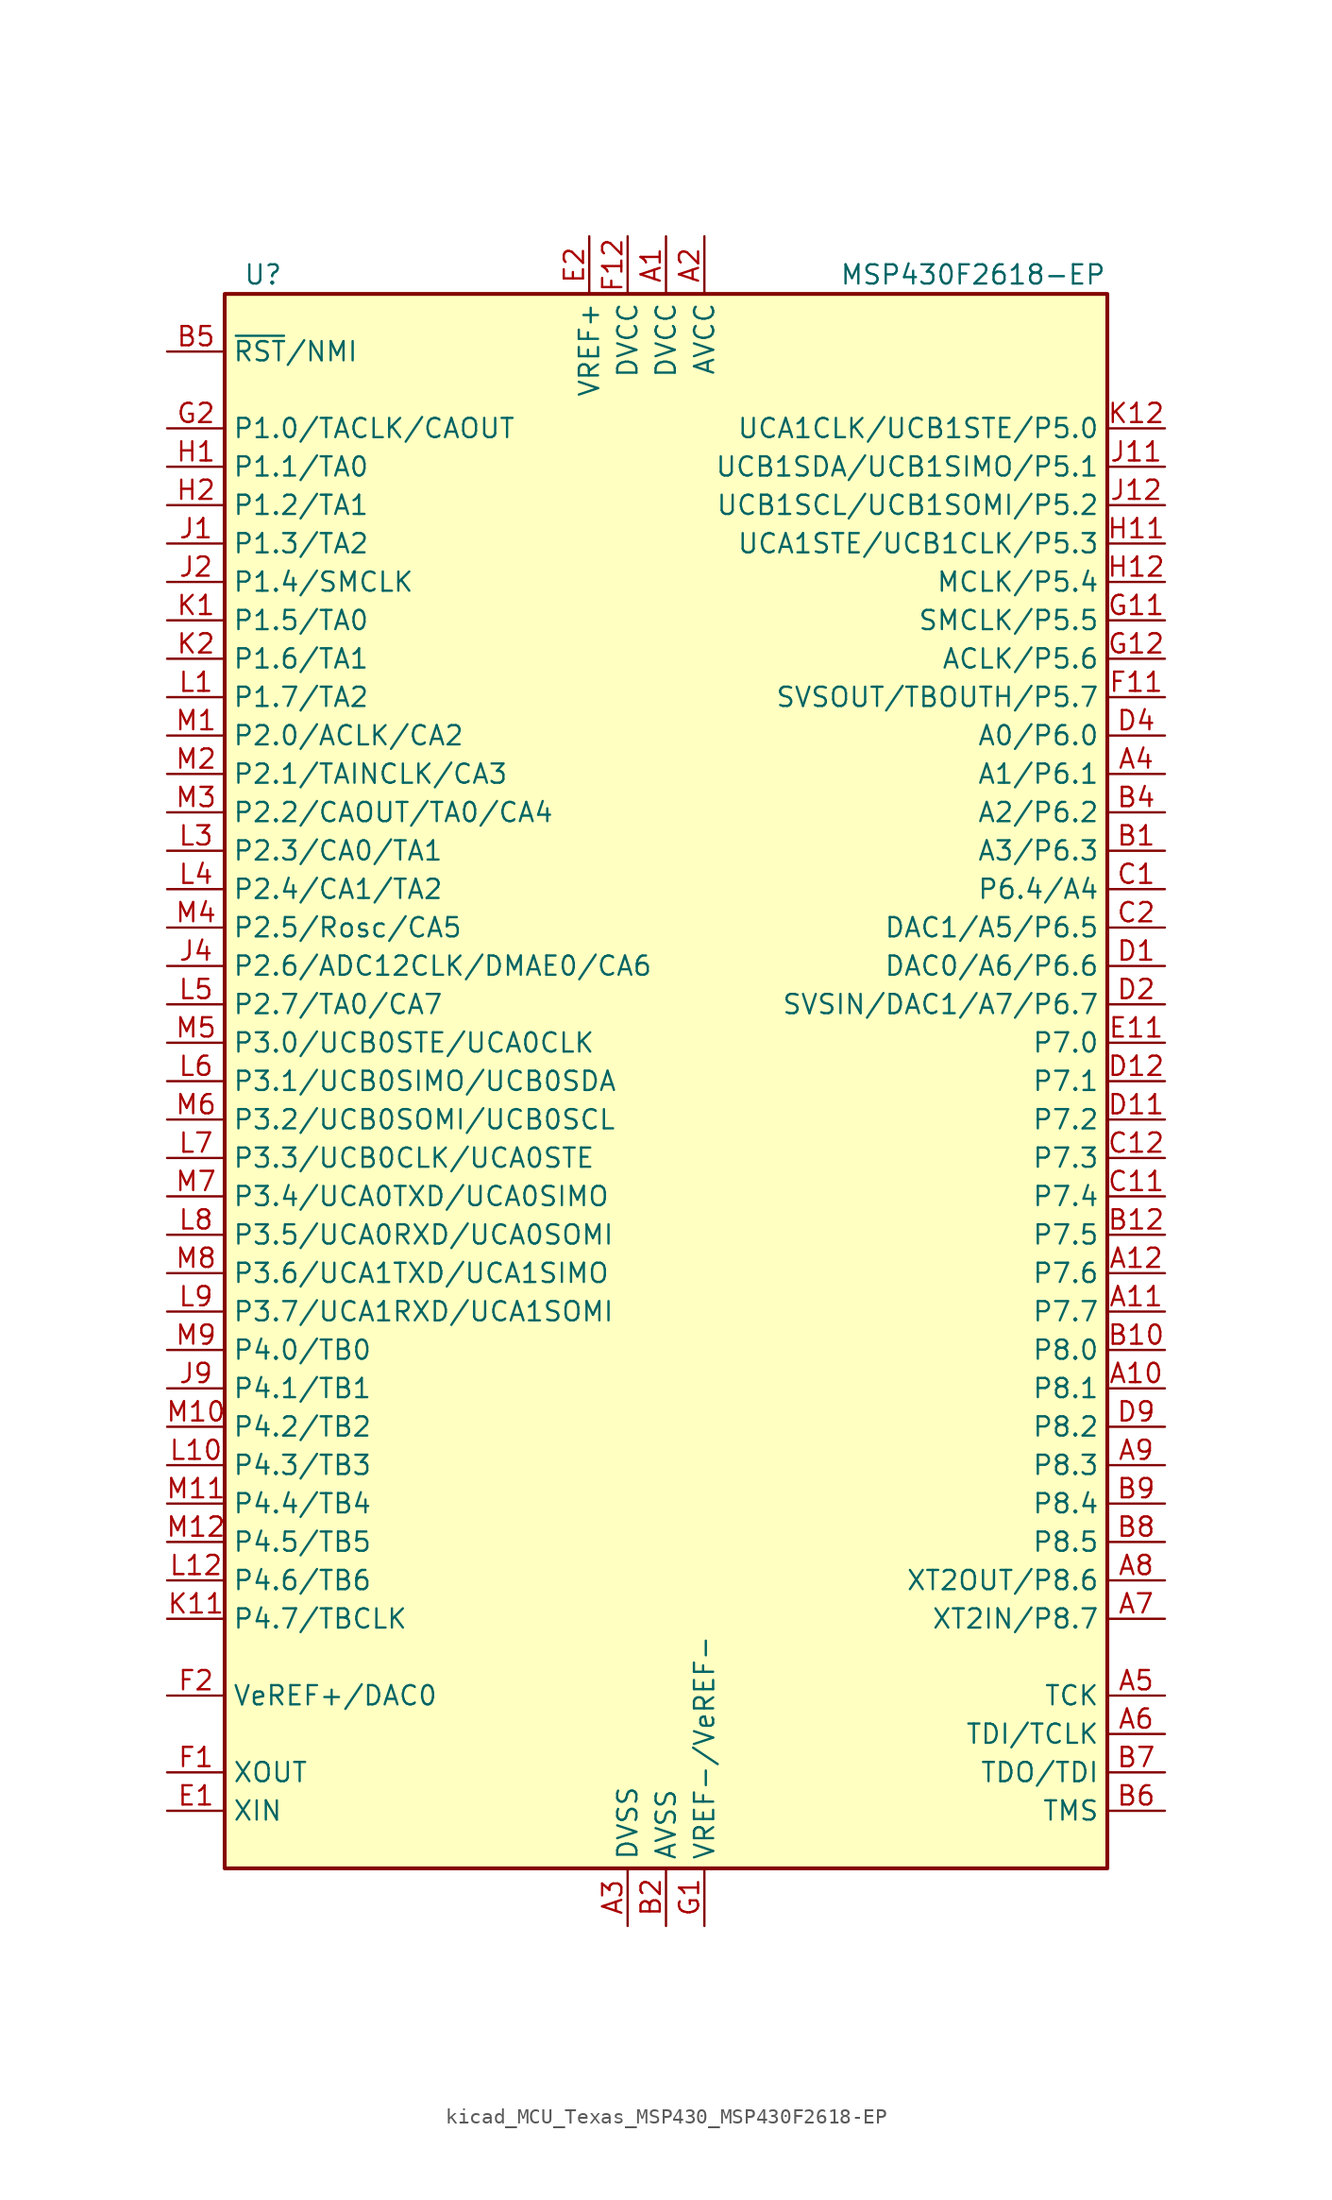
<source format=kicad_sym>
(kicad_symbol_lib
  (version 20220914)
  (generator kicad_symbol_editor)
  (symbol "kicad_MCU_Texas_MSP430_MSP430F2618-EP"
    (property "Reference" "U"
      (at -26.67 53.34 0)
      (effects (font (size 1.27 1.27))))
    (property "Value" "MSP430F2618-EP"
      (at 20.32 53.34 0)
      (effects (font (size 1.27 1.27))))
    (symbol "kicad_MCU_Texas_MSP430_MSP430F2618-EP_0_1"
      (rectangle (start -29.21 52.07) (end 29.21 -52.07) (stroke (width 0.254) (type default)) (fill (type background))))
    (symbol "kicad_MCU_Texas_MSP430_MSP430F2618-EP_1_1"
      (pin power_in line (at 0 55.88 270) (length 3.81) (name "DVCC" (effects (font (size 1.27 1.27)))) (number "A1" (effects (font (size 1.27 1.27)))))
      (pin bidirectional line (at 33.02 -20.32 180) (length 3.81) (name "P8.1" (effects (font (size 1.27 1.27)))) (number "A10" (effects (font (size 1.27 1.27)))))
      (pin bidirectional line (at 33.02 -15.24 180) (length 3.81) (name "P7.7" (effects (font (size 1.27 1.27)))) (number "A11" (effects (font (size 1.27 1.27)))))
      (pin bidirectional line (at 33.02 -12.7 180) (length 3.81) (name "P7.6" (effects (font (size 1.27 1.27)))) (number "A12" (effects (font (size 1.27 1.27)))))
      (pin power_in line (at 2.54 55.88 270) (length 3.81) (name "AVCC" (effects (font (size 1.27 1.27)))) (number "A2" (effects (font (size 1.27 1.27)))))
      (pin power_in line (at -2.54 -55.88 90) (length 3.81) (name "DVSS" (effects (font (size 1.27 1.27)))) (number "A3" (effects (font (size 1.27 1.27)))))
      (pin bidirectional line (at 33.02 20.32 180) (length 3.81) (name "A1/P6.1" (effects (font (size 1.27 1.27)))) (number "A4" (effects (font (size 1.27 1.27)))))
      (pin input line (at 33.02 -40.64 180) (length 3.81) (name "TCK" (effects (font (size 1.27 1.27)))) (number "A5" (effects (font (size 1.27 1.27)))))
      (pin input line (at 33.02 -43.18 180) (length 3.81) (name "TDI/TCLK" (effects (font (size 1.27 1.27)))) (number "A6" (effects (font (size 1.27 1.27)))))
      (pin bidirectional line (at 33.02 -35.56 180) (length 3.81) (name "XT2IN/P8.7" (effects (font (size 1.27 1.27)))) (number "A7" (effects (font (size 1.27 1.27)))))
      (pin bidirectional line (at 33.02 -33.02 180) (length 3.81) (name "XT2OUT/P8.6" (effects (font (size 1.27 1.27)))) (number "A8" (effects (font (size 1.27 1.27)))))
      (pin bidirectional line (at 33.02 -25.4 180) (length 3.81) (name "P8.3" (effects (font (size 1.27 1.27)))) (number "A9" (effects (font (size 1.27 1.27)))))
      (pin bidirectional line (at 33.02 15.24 180) (length 3.81) (name "A3/P6.3" (effects (font (size 1.27 1.27)))) (number "B1" (effects (font (size 1.27 1.27)))))
      (pin bidirectional line (at 33.02 -17.78 180) (length 3.81) (name "P8.0" (effects (font (size 1.27 1.27)))) (number "B10" (effects (font (size 1.27 1.27)))))
      (pin passive line (at -2.54 -55.88 90) (length 3.81) hide (name "DVSS" (effects (font (size 1.27 1.27)))) (number "B11" (effects (font (size 1.27 1.27)))))
      (pin bidirectional line (at 33.02 -10.16 180) (length 3.81) (name "P7.5" (effects (font (size 1.27 1.27)))) (number "B12" (effects (font (size 1.27 1.27)))))
      (pin power_in line (at 0 -55.88 90) (length 3.81) (name "AVSS" (effects (font (size 1.27 1.27)))) (number "B2" (effects (font (size 1.27 1.27)))))
      (pin passive line (at 0 -55.88 90) (length 3.81) hide (name "AVSS" (effects (font (size 1.27 1.27)))) (number "B3" (effects (font (size 1.27 1.27)))))
      (pin bidirectional line (at 33.02 17.78 180) (length 3.81) (name "A2/P6.2" (effects (font (size 1.27 1.27)))) (number "B4" (effects (font (size 1.27 1.27)))))
      (pin input line (at -33.02 48.26 0) (length 3.81) (name "~{RST}/NMI" (effects (font (size 1.27 1.27)))) (number "B5" (effects (font (size 1.27 1.27)))))
      (pin input line (at 33.02 -48.26 180) (length 3.81) (name "TMS" (effects (font (size 1.27 1.27)))) (number "B6" (effects (font (size 1.27 1.27)))))
      (pin bidirectional line (at 33.02 -45.72 180) (length 3.81) (name "TDO/TDI" (effects (font (size 1.27 1.27)))) (number "B7" (effects (font (size 1.27 1.27)))))
      (pin bidirectional line (at 33.02 -30.48 180) (length 3.81) (name "P8.5" (effects (font (size 1.27 1.27)))) (number "B8" (effects (font (size 1.27 1.27)))))
      (pin bidirectional line (at 33.02 -27.94 180) (length 3.81) (name "P8.4" (effects (font (size 1.27 1.27)))) (number "B9" (effects (font (size 1.27 1.27)))))
      (pin bidirectional line (at 33.02 12.7 180) (length 3.81) (name "P6.4/A4" (effects (font (size 1.27 1.27)))) (number "C1" (effects (font (size 1.27 1.27)))))
      (pin bidirectional line (at 33.02 -7.62 180) (length 3.81) (name "P7.4" (effects (font (size 1.27 1.27)))) (number "C11" (effects (font (size 1.27 1.27)))))
      (pin bidirectional line (at 33.02 -5.08 180) (length 3.81) (name "P7.3" (effects (font (size 1.27 1.27)))) (number "C12" (effects (font (size 1.27 1.27)))))
      (pin bidirectional line (at 33.02 10.16 180) (length 3.81) (name "DAC1/A5/P6.5" (effects (font (size 1.27 1.27)))) (number "C2" (effects (font (size 1.27 1.27)))))
      (pin bidirectional line (at 33.02 10.16 180) (length 3.81) hide (name "DAC1/A5/P6.5" (effects (font (size 1.27 1.27)))) (number "C3" (effects (font (size 1.27 1.27)))))
      (pin bidirectional line (at 33.02 7.62 180) (length 3.81) (name "DAC0/A6/P6.6" (effects (font (size 1.27 1.27)))) (number "D1" (effects (font (size 1.27 1.27)))))
      (pin bidirectional line (at 33.02 -2.54 180) (length 3.81) (name "P7.2" (effects (font (size 1.27 1.27)))) (number "D11" (effects (font (size 1.27 1.27)))))
      (pin bidirectional line (at 33.02 0 180) (length 3.81) (name "P7.1" (effects (font (size 1.27 1.27)))) (number "D12" (effects (font (size 1.27 1.27)))))
      (pin bidirectional line (at 33.02 5.08 180) (length 3.81) (name "SVSIN/DAC1/A7/P6.7" (effects (font (size 1.27 1.27)))) (number "D2" (effects (font (size 1.27 1.27)))))
      (pin bidirectional line (at 33.02 22.86 180) (length 3.81) (name "A0/P6.0" (effects (font (size 1.27 1.27)))) (number "D4" (effects (font (size 1.27 1.27)))))
      (pin passive line (at -2.54 -55.88 90) (length 3.81) hide (name "DVSS" (effects (font (size 1.27 1.27)))) (number "D5" (effects (font (size 1.27 1.27)))))
      (pin passive line (at -2.54 -55.88 90) (length 3.81) hide (name "DVSS" (effects (font (size 1.27 1.27)))) (number "D6" (effects (font (size 1.27 1.27)))))
      (pin passive line (at -2.54 -55.88 90) (length 3.81) hide (name "DVSS" (effects (font (size 1.27 1.27)))) (number "D7" (effects (font (size 1.27 1.27)))))
      (pin passive line (at -2.54 -55.88 90) (length 3.81) hide (name "DVSS" (effects (font (size 1.27 1.27)))) (number "D8" (effects (font (size 1.27 1.27)))))
      (pin bidirectional line (at 33.02 -22.86 180) (length 3.81) (name "P8.2" (effects (font (size 1.27 1.27)))) (number "D9" (effects (font (size 1.27 1.27)))))
      (pin input line (at -33.02 -48.26 0) (length 3.81) (name "XIN" (effects (font (size 1.27 1.27)))) (number "E1" (effects (font (size 1.27 1.27)))))
      (pin power_in line (at 33.02 2.54 180) (length 3.81) (name "P7.0" (effects (font (size 1.27 1.27)))) (number "E11" (effects (font (size 1.27 1.27)))))
      (pin passive line (at -2.54 -55.88 90) (length 3.81) hide (name "DVSS" (effects (font (size 1.27 1.27)))) (number "E12" (effects (font (size 1.27 1.27)))))
      (pin power_in line (at -5.08 55.88 270) (length 3.81) (name "VREF+" (effects (font (size 1.27 1.27)))) (number "E2" (effects (font (size 1.27 1.27)))))
      (pin passive line (at -2.54 -55.88 90) (length 3.81) hide (name "DVSS" (effects (font (size 1.27 1.27)))) (number "E4" (effects (font (size 1.27 1.27)))))
      (pin passive line (at -2.54 -55.88 90) (length 3.81) hide (name "DVSS" (effects (font (size 1.27 1.27)))) (number "E5" (effects (font (size 1.27 1.27)))))
      (pin passive line (at -2.54 -55.88 90) (length 3.81) hide (name "DVSS" (effects (font (size 1.27 1.27)))) (number "E6" (effects (font (size 1.27 1.27)))))
      (pin passive line (at -2.54 -55.88 90) (length 3.81) hide (name "DVSS" (effects (font (size 1.27 1.27)))) (number "E7" (effects (font (size 1.27 1.27)))))
      (pin passive line (at -2.54 -55.88 90) (length 3.81) hide (name "DVSS" (effects (font (size 1.27 1.27)))) (number "E8" (effects (font (size 1.27 1.27)))))
      (pin passive line (at -2.54 -55.88 90) (length 3.81) hide (name "DVSS" (effects (font (size 1.27 1.27)))) (number "E9" (effects (font (size 1.27 1.27)))))
      (pin output line (at -33.02 -45.72 0) (length 3.81) (name "XOUT" (effects (font (size 1.27 1.27)))) (number "F1" (effects (font (size 1.27 1.27)))))
      (pin bidirectional line (at 33.02 25.4 180) (length 3.81) (name "SVSOUT/TBOUTH/P5.7" (effects (font (size 1.27 1.27)))) (number "F11" (effects (font (size 1.27 1.27)))))
      (pin power_in line (at -2.54 55.88 270) (length 3.81) (name "DVCC" (effects (font (size 1.27 1.27)))) (number "F12" (effects (font (size 1.27 1.27)))))
      (pin bidirectional line (at -33.02 -40.64 0) (length 3.81) (name "VeREF+/DAC0" (effects (font (size 1.27 1.27)))) (number "F2" (effects (font (size 1.27 1.27)))))
      (pin passive line (at -2.54 -55.88 90) (length 3.81) hide (name "DVSS" (effects (font (size 1.27 1.27)))) (number "F4" (effects (font (size 1.27 1.27)))))
      (pin passive line (at -2.54 -55.88 90) (length 3.81) hide (name "DVSS" (effects (font (size 1.27 1.27)))) (number "F5" (effects (font (size 1.27 1.27)))))
      (pin passive line (at -2.54 -55.88 90) (length 3.81) hide (name "DVSS" (effects (font (size 1.27 1.27)))) (number "F8" (effects (font (size 1.27 1.27)))))
      (pin passive line (at -2.54 -55.88 90) (length 3.81) hide (name "DVSS" (effects (font (size 1.27 1.27)))) (number "F9" (effects (font (size 1.27 1.27)))))
      (pin bidirectional line (at 2.54 -55.88 90) (length 3.81) (name "VREF-/VeREF-" (effects (font (size 1.27 1.27)))) (number "G1" (effects (font (size 1.27 1.27)))))
      (pin bidirectional line (at 33.02 30.48 180) (length 3.81) (name "SMCLK/P5.5" (effects (font (size 1.27 1.27)))) (number "G11" (effects (font (size 1.27 1.27)))))
      (pin bidirectional line (at 33.02 27.94 180) (length 3.81) (name "ACLK/P5.6" (effects (font (size 1.27 1.27)))) (number "G12" (effects (font (size 1.27 1.27)))))
      (pin bidirectional line (at -33.02 43.18 0) (length 3.81) (name "P1.0/TACLK/CAOUT" (effects (font (size 1.27 1.27)))) (number "G2" (effects (font (size 1.27 1.27)))))
      (pin passive line (at -2.54 -55.88 90) (length 3.81) hide (name "DVSS" (effects (font (size 1.27 1.27)))) (number "G4" (effects (font (size 1.27 1.27)))))
      (pin passive line (at -2.54 -55.88 90) (length 3.81) hide (name "DVSS" (effects (font (size 1.27 1.27)))) (number "G5" (effects (font (size 1.27 1.27)))))
      (pin passive line (at -2.54 -55.88 90) (length 3.81) hide (name "DVSS" (effects (font (size 1.27 1.27)))) (number "G8" (effects (font (size 1.27 1.27)))))
      (pin passive line (at -2.54 -55.88 90) (length 3.81) hide (name "DVSS" (effects (font (size 1.27 1.27)))) (number "G9" (effects (font (size 1.27 1.27)))))
      (pin bidirectional line (at -33.02 40.64 0) (length 3.81) (name "P1.1/TA0" (effects (font (size 1.27 1.27)))) (number "H1" (effects (font (size 1.27 1.27)))))
      (pin bidirectional line (at 33.02 35.56 180) (length 3.81) (name "UCA1STE/UCB1CLK/P5.3" (effects (font (size 1.27 1.27)))) (number "H11" (effects (font (size 1.27 1.27)))))
      (pin bidirectional line (at 33.02 33.02 180) (length 3.81) (name "MCLK/P5.4" (effects (font (size 1.27 1.27)))) (number "H12" (effects (font (size 1.27 1.27)))))
      (pin bidirectional line (at -33.02 38.1 0) (length 3.81) (name "P1.2/TA1" (effects (font (size 1.27 1.27)))) (number "H2" (effects (font (size 1.27 1.27)))))
      (pin passive line (at -2.54 -55.88 90) (length 3.81) hide (name "DVSS" (effects (font (size 1.27 1.27)))) (number "H4" (effects (font (size 1.27 1.27)))))
      (pin passive line (at -2.54 -55.88 90) (length 3.81) hide (name "DVSS" (effects (font (size 1.27 1.27)))) (number "H5" (effects (font (size 1.27 1.27)))))
      (pin passive line (at -2.54 -55.88 90) (length 3.81) hide (name "DVSS" (effects (font (size 1.27 1.27)))) (number "H6" (effects (font (size 1.27 1.27)))))
      (pin passive line (at -2.54 -55.88 90) (length 3.81) hide (name "DVSS" (effects (font (size 1.27 1.27)))) (number "H7" (effects (font (size 1.27 1.27)))))
      (pin passive line (at -2.54 -55.88 90) (length 3.81) hide (name "DVSS" (effects (font (size 1.27 1.27)))) (number "H8" (effects (font (size 1.27 1.27)))))
      (pin passive line (at -2.54 -55.88 90) (length 3.81) hide (name "DVSS" (effects (font (size 1.27 1.27)))) (number "H9" (effects (font (size 1.27 1.27)))))
      (pin bidirectional line (at -33.02 35.56 0) (length 3.81) (name "P1.3/TA2" (effects (font (size 1.27 1.27)))) (number "J1" (effects (font (size 1.27 1.27)))))
      (pin bidirectional line (at 33.02 40.64 180) (length 3.81) (name "UCB1SDA/UCB1SIMO/P5.1" (effects (font (size 1.27 1.27)))) (number "J11" (effects (font (size 1.27 1.27)))))
      (pin bidirectional line (at 33.02 38.1 180) (length 3.81) (name "UCB1SCL/UCB1SOMI/P5.2" (effects (font (size 1.27 1.27)))) (number "J12" (effects (font (size 1.27 1.27)))))
      (pin bidirectional line (at -33.02 33.02 0) (length 3.81) (name "P1.4/SMCLK" (effects (font (size 1.27 1.27)))) (number "J2" (effects (font (size 1.27 1.27)))))
      (pin bidirectional line (at -33.02 7.62 0) (length 3.81) (name "P2.6/ADC12CLK/DMAE0/CA6" (effects (font (size 1.27 1.27)))) (number "J4" (effects (font (size 1.27 1.27)))))
      (pin passive line (at -2.54 -55.88 90) (length 3.81) hide (name "DVSS" (effects (font (size 1.27 1.27)))) (number "J5" (effects (font (size 1.27 1.27)))))
      (pin passive line (at -2.54 -55.88 90) (length 3.81) hide (name "DVSS" (effects (font (size 1.27 1.27)))) (number "J6" (effects (font (size 1.27 1.27)))))
      (pin passive line (at -2.54 -55.88 90) (length 3.81) hide (name "DVSS" (effects (font (size 1.27 1.27)))) (number "J7" (effects (font (size 1.27 1.27)))))
      (pin passive line (at -2.54 -55.88 90) (length 3.81) hide (name "DVSS" (effects (font (size 1.27 1.27)))) (number "J8" (effects (font (size 1.27 1.27)))))
      (pin bidirectional line (at -33.02 -20.32 0) (length 3.81) (name "P4.1/TB1" (effects (font (size 1.27 1.27)))) (number "J9" (effects (font (size 1.27 1.27)))))
      (pin bidirectional line (at -33.02 30.48 0) (length 3.81) (name "P1.5/TA0" (effects (font (size 1.27 1.27)))) (number "K1" (effects (font (size 1.27 1.27)))))
      (pin bidirectional line (at -33.02 -35.56 0) (length 3.81) (name "P4.7/TBCLK" (effects (font (size 1.27 1.27)))) (number "K11" (effects (font (size 1.27 1.27)))))
      (pin bidirectional line (at 33.02 43.18 180) (length 3.81) (name "UCA1CLK/UCB1STE/P5.0" (effects (font (size 1.27 1.27)))) (number "K12" (effects (font (size 1.27 1.27)))))
      (pin bidirectional line (at -33.02 27.94 0) (length 3.81) (name "P1.6/TA1" (effects (font (size 1.27 1.27)))) (number "K2" (effects (font (size 1.27 1.27)))))
      (pin bidirectional line (at -33.02 25.4 0) (length 3.81) (name "P1.7/TA2" (effects (font (size 1.27 1.27)))) (number "L1" (effects (font (size 1.27 1.27)))))
      (pin bidirectional line (at -33.02 -25.4 0) (length 3.81) (name "P4.3/TB3" (effects (font (size 1.27 1.27)))) (number "L10" (effects (font (size 1.27 1.27)))))
      (pin passive line (at -2.54 -55.88 90) (length 3.81) hide (name "DVSS" (effects (font (size 1.27 1.27)))) (number "L11" (effects (font (size 1.27 1.27)))))
      (pin bidirectional line (at -33.02 -33.02 0) (length 3.81) (name "P4.6/TB6" (effects (font (size 1.27 1.27)))) (number "L12" (effects (font (size 1.27 1.27)))))
      (pin passive line (at -2.54 -55.88 90) (length 3.81) hide (name "DVSS" (effects (font (size 1.27 1.27)))) (number "L2" (effects (font (size 1.27 1.27)))))
      (pin bidirectional line (at -33.02 15.24 0) (length 3.81) (name "P2.3/CA0/TA1" (effects (font (size 1.27 1.27)))) (number "L3" (effects (font (size 1.27 1.27)))))
      (pin bidirectional line (at -33.02 12.7 0) (length 3.81) (name "P2.4/CA1/TA2" (effects (font (size 1.27 1.27)))) (number "L4" (effects (font (size 1.27 1.27)))))
      (pin bidirectional line (at -33.02 5.08 0) (length 3.81) (name "P2.7/TA0/CA7" (effects (font (size 1.27 1.27)))) (number "L5" (effects (font (size 1.27 1.27)))))
      (pin bidirectional line (at -33.02 0 0) (length 3.81) (name "P3.1/UCB0SIMO/UCB0SDA" (effects (font (size 1.27 1.27)))) (number "L6" (effects (font (size 1.27 1.27)))))
      (pin bidirectional line (at -33.02 -5.08 0) (length 3.81) (name "P3.3/UCB0CLK/UCA0STE" (effects (font (size 1.27 1.27)))) (number "L7" (effects (font (size 1.27 1.27)))))
      (pin bidirectional line (at -33.02 -10.16 0) (length 3.81) (name "P3.5/UCA0RXD/UCA0SOMI" (effects (font (size 1.27 1.27)))) (number "L8" (effects (font (size 1.27 1.27)))))
      (pin bidirectional line (at -33.02 -15.24 0) (length 3.81) (name "P3.7/UCA1RXD/UCA1SOMI" (effects (font (size 1.27 1.27)))) (number "L9" (effects (font (size 1.27 1.27)))))
      (pin bidirectional line (at -33.02 22.86 0) (length 3.81) (name "P2.0/ACLK/CA2" (effects (font (size 1.27 1.27)))) (number "M1" (effects (font (size 1.27 1.27)))))
      (pin bidirectional line (at -33.02 -22.86 0) (length 3.81) (name "P4.2/TB2" (effects (font (size 1.27 1.27)))) (number "M10" (effects (font (size 1.27 1.27)))))
      (pin bidirectional line (at -33.02 -27.94 0) (length 3.81) (name "P4.4/TB4" (effects (font (size 1.27 1.27)))) (number "M11" (effects (font (size 1.27 1.27)))))
      (pin bidirectional line (at -33.02 -30.48 0) (length 3.81) (name "P4.5/TB5" (effects (font (size 1.27 1.27)))) (number "M12" (effects (font (size 1.27 1.27)))))
      (pin bidirectional line (at -33.02 20.32 0) (length 3.81) (name "P2.1/TAINCLK/CA3" (effects (font (size 1.27 1.27)))) (number "M2" (effects (font (size 1.27 1.27)))))
      (pin bidirectional line (at -33.02 17.78 0) (length 3.81) (name "P2.2/CAOUT/TA0/CA4" (effects (font (size 1.27 1.27)))) (number "M3" (effects (font (size 1.27 1.27)))))
      (pin bidirectional line (at -33.02 10.16 0) (length 3.81) (name "P2.5/Rosc/CA5" (effects (font (size 1.27 1.27)))) (number "M4" (effects (font (size 1.27 1.27)))))
      (pin bidirectional line (at -33.02 2.54 0) (length 3.81) (name "P3.0/UCB0STE/UCA0CLK" (effects (font (size 1.27 1.27)))) (number "M5" (effects (font (size 1.27 1.27)))))
      (pin bidirectional line (at -33.02 -2.54 0) (length 3.81) (name "P3.2/UCB0SOMI/UCB0SCL" (effects (font (size 1.27 1.27)))) (number "M6" (effects (font (size 1.27 1.27)))))
      (pin bidirectional line (at -33.02 -7.62 0) (length 3.81) (name "P3.4/UCA0TXD/UCA0SIMO" (effects (font (size 1.27 1.27)))) (number "M7" (effects (font (size 1.27 1.27)))))
      (pin bidirectional line (at -33.02 -12.7 0) (length 3.81) (name "P3.6/UCA1TXD/UCA1SIMO" (effects (font (size 1.27 1.27)))) (number "M8" (effects (font (size 1.27 1.27)))))
      (pin bidirectional line (at -33.02 -17.78 0) (length 3.81) (name "P4.0/TB0" (effects (font (size 1.27 1.27)))) (number "M9" (effects (font (size 1.27 1.27))))))))
</source>
